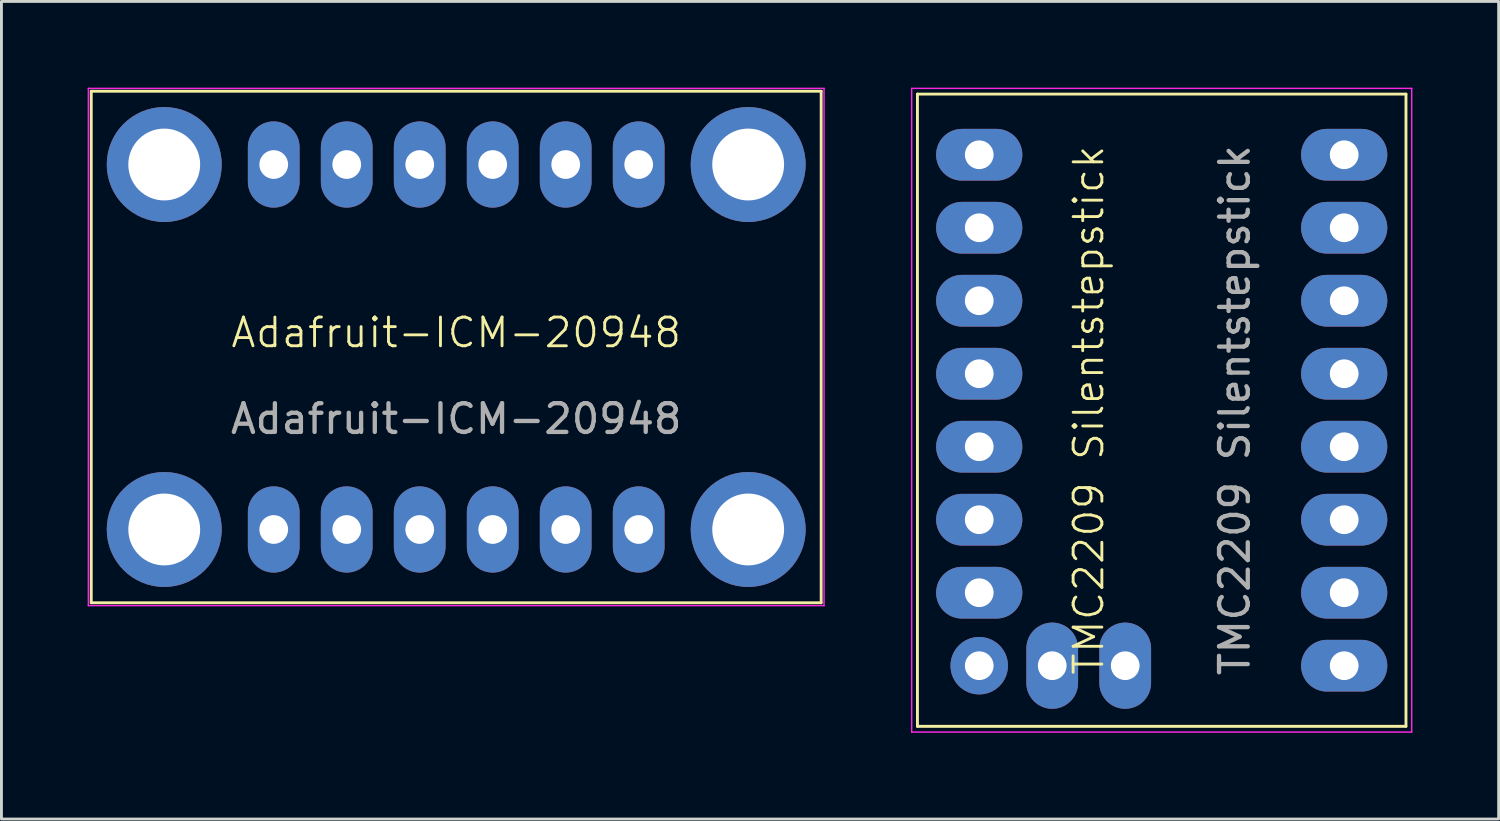
<source format=kicad_pcb>
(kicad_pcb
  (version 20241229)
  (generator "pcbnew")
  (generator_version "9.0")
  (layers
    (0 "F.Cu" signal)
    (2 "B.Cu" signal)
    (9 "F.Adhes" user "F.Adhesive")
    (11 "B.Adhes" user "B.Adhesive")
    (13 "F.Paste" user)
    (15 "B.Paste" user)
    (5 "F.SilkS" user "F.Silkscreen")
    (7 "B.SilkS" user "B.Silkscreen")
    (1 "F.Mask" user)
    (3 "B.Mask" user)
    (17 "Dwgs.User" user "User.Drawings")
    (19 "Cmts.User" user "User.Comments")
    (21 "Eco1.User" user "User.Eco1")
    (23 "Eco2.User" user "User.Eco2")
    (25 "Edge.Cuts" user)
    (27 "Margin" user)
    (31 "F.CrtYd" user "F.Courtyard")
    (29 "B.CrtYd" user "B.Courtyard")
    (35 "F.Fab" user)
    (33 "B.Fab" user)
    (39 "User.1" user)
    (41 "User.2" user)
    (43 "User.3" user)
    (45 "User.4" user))
  (footprint "TMC2209 Silentstepstick"
    (layer "F.Cu")
    (at 37.375 11.225)
    (property "Reference" "TMC2209 Silentstepstick" (at -2.54 0 90) (unlocked yes) (layer "F.SilkS") (effects (font (size 1 1) (thickness 0.1))))
    (attr through_hole)
    (fp_line (start -8.5 -11) (end -8.5 11) (stroke (width 0.1) (type solid)) (layer "F.SilkS"))
    (fp_line (start -8.5 -11) (end 8.5 -11) (stroke (width 0.1) (type solid)) (layer "F.SilkS"))
    (fp_line (start -8.5 11) (end 8.5 11) (stroke (width 0.1) (type default)) (layer "F.SilkS"))
    (fp_line (start 8.5 11) (end 8.5 -11) (stroke (width 0.1) (type solid)) (layer "F.SilkS"))
    (fp_line (start -8.7 -11.2) (end 8.7 -11.2) (stroke (width 0.05) (type solid)) (layer "F.CrtYd"))
    (fp_line (start -8.7 11.2) (end -8.7 -11.2) (stroke (width 0.05) (type default)) (layer "F.CrtYd"))
    (fp_line (start 8.7 -11.2) (end 8.7 11.2) (stroke (width 0.05) (type default)) (layer "F.CrtYd"))
    (fp_line (start 8.7 11.2) (end -8.7 11.2) (stroke (width 0.05) (type solid)) (layer "F.CrtYd"))
    (fp_text user "${REFERENCE}" (at 2.54 0 90) (unlocked yes) (layer "F.Fab") (effects (font (size 1 1) (thickness 0.15))))
    (pad "1" thru_hole oval (at -6.35 -8.89) (size 3 1.8) (drill 1) (layers "*.Cu" "*.Mask"))
    (pad "2" thru_hole oval (at -6.35 -6.35) (size 3 1.8) (drill 1) (layers "*.Cu" "*.Mask"))
    (pad "3" thru_hole oval (at -6.35 -3.81) (size 3 1.8) (drill 1) (layers "*.Cu" "*.Mask"))
    (pad "4" thru_hole oval (at -6.35 -1.27) (size 3 1.8) (drill 1) (layers "*.Cu" "*.Mask"))
    (pad "5" thru_hole oval (at -6.35 1.27) (size 3 1.8) (drill 1) (layers "*.Cu" "*.Mask"))
    (pad "6" thru_hole oval (at -6.35 3.81) (size 3 1.8) (drill 1) (layers "*.Cu" "*.Mask"))
    (pad "7" thru_hole oval (at -6.35 6.35) (size 3 1.8) (drill 1) (layers "*.Cu" "*.Mask"))
    (pad "8" thru_hole circle (at -6.35 8.89) (size 2 2) (drill 1) (layers "*.Cu" "*.Mask"))
    (pad "9" thru_hole oval (at 6.35 -8.89) (size 3 1.8) (drill 1) (layers "*.Cu" "*.Mask"))
    (pad "10" thru_hole oval (at 6.35 -6.35) (size 3 1.8) (drill 1) (layers "*.Cu" "*.Mask"))
    (pad "11" thru_hole oval (at 6.35 -3.81) (size 3 1.8) (drill 1) (layers "*.Cu" "*.Mask"))
    (pad "12" thru_hole oval (at 6.35 -1.27) (size 3 1.8) (drill 1) (layers "*.Cu" "*.Mask"))
    (pad "13" thru_hole oval (at 6.35 1.27) (size 3 1.8) (drill 1) (layers "*.Cu" "*.Mask"))
    (pad "14" thru_hole oval (at 6.35 3.81) (size 3 1.8) (drill 1) (layers "*.Cu" "*.Mask"))
    (pad "15" thru_hole oval (at 6.35 6.35) (size 3 1.8) (drill 1) (layers "*.Cu" "*.Mask"))
    (pad "16" thru_hole oval (at 6.35 8.89) (size 3 1.8) (drill 1) (layers "*.Cu" "*.Mask"))
    (pad "17" thru_hole oval (at -3.81 8.89 90) (size 3 1.8) (drill 1) (layers "*.Cu" "*.Mask"))
    (pad "18" thru_hole oval (at -1.27 8.89 90) (size 3 1.8) (drill 1) (layers "*.Cu" "*.Mask")))
  (footprint "Adafruit-ICM-20948"
    (layer "F.Cu")
    (at 12.825 9.025)
    (property "Reference" "Adafruit-ICM-20948" (at 0 -0.5 0) (unlocked yes) (layer "F.SilkS") (effects (font (size 1 1) (thickness 0.1))))
    (attr through_hole)
    (fp_line (start -12.7 -8.9) (end 12.7 -8.9) (stroke (width 0.1) (type solid)) (layer "F.SilkS"))
    (fp_line (start -12.7 8.9) (end -12.7 -8.9) (stroke (width 0.1) (type default)) (layer "F.SilkS"))
    (fp_line (start 12.7 -8.9) (end 12.7 8.9) (stroke (width 0.1) (type default)) (layer "F.SilkS"))
    (fp_line (start 12.7 8.9) (end -12.7 8.9) (stroke (width 0.1) (type solid)) (layer "F.SilkS"))
    (fp_line (start -12.8 9) (end -12.8 -9) (stroke (width 0.05) (type default)) (layer "F.CrtYd"))
    (fp_line (start -12.8 9) (end 12.8 9) (stroke (width 0.05) (type solid)) (layer "F.CrtYd"))
    (fp_line (start 12.8 -9) (end -12.8 -9) (stroke (width 0.05) (type solid)) (layer "F.CrtYd"))
    (fp_line (start 12.8 -9) (end 12.8 9) (stroke (width 0.05) (type default)) (layer "F.CrtYd"))
    (fp_text user "${REFERENCE}" (at 0 2.5 0) (unlocked yes) (layer "F.Fab") (effects (font (size 1 1) (thickness 0.15))))
    (pad "1" thru_hole oval (at -6.35 6.35 180) (size 1.8 3) (drill 1) (layers "*.Cu" "*.Mask"))
    (pad "2" thru_hole oval (at -3.81 6.35 180) (size 1.8 3) (drill 1) (layers "*.Cu" "*.Mask"))
    (pad "3" thru_hole oval (at -1.27 6.35 180) (size 1.8 3) (drill 1) (layers "*.Cu" "*.Mask"))
    (pad "4" thru_hole oval (at 1.27 6.35 180) (size 1.8 3) (drill 1) (layers "*.Cu" "*.Mask"))
    (pad "5" thru_hole oval (at 3.81 6.35 180) (size 1.8 3) (drill 1) (layers "*.Cu" "*.Mask"))
    (pad "6" thru_hole oval (at 6.35 6.35 180) (size 1.8 3) (drill 1) (layers "*.Cu" "*.Mask"))
    (pad "7" thru_hole oval (at -6.35 -6.35) (size 1.8 3) (drill 1) (layers "*.Cu" "*.Mask"))
    (pad "8" thru_hole oval (at -3.81 -6.35) (size 1.8 3) (drill 1) (layers "*.Cu" "*.Mask"))
    (pad "9" thru_hole oval (at -1.27 -6.35) (size 1.8 3) (drill 1) (layers "*.Cu" "*.Mask"))
    (pad "10" thru_hole oval (at 1.27 -6.35) (size 1.8 3) (drill 1) (layers "*.Cu" "*.Mask"))
    (pad "11" thru_hole oval (at 3.81 -6.35) (size 1.8 3) (drill 1) (layers "*.Cu" "*.Mask"))
    (pad "12" thru_hole oval (at 6.35 -6.35) (size 1.8 3) (drill 1) (layers "*.Cu" "*.Mask"))
    (pad "CH1" thru_hole circle (at -10.16 -6.35) (size 4 4) (drill 2.5) (layers "*.Cu" "*.Mask"))
    (pad "CH2" thru_hole circle (at -10.16 6.35 180) (size 4 4) (drill 2.5) (layers "*.Cu" "*.Mask"))
    (pad "CH3" thru_hole circle (at 10.16 6.35 180) (size 4 4) (drill 2.5) (layers "*.Cu" "*.Mask"))
    (pad "CH4" thru_hole circle (at 10.16 -6.35) (size 4 4) (drill 2.5) (layers "*.Cu" "*.Mask")))
  (gr_rect
    (start -3 -3)
    (end 49.1 25.45)
    (stroke (width 0.1) (type default))
    (fill no)
    (layer "Edge.Cuts")))
</source>
